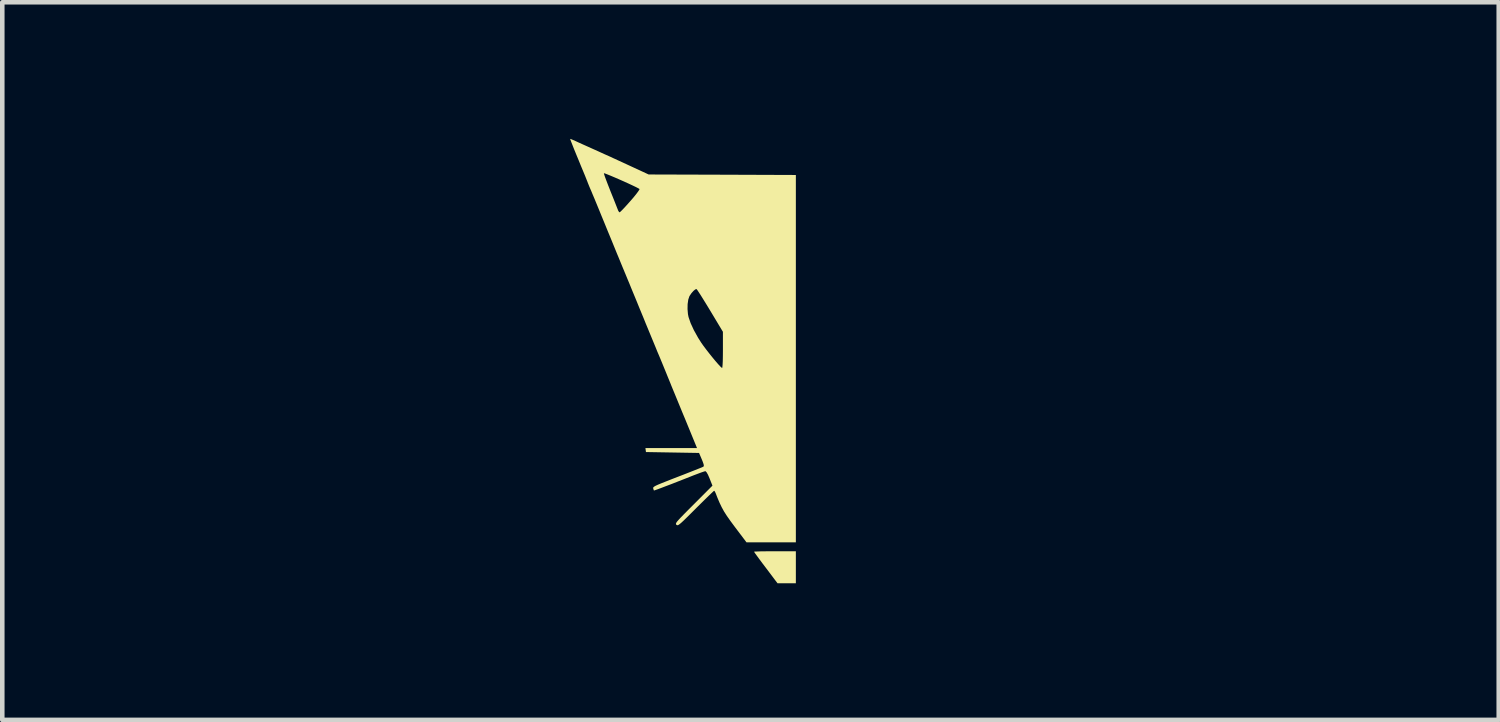
<source format=kicad_pcb>
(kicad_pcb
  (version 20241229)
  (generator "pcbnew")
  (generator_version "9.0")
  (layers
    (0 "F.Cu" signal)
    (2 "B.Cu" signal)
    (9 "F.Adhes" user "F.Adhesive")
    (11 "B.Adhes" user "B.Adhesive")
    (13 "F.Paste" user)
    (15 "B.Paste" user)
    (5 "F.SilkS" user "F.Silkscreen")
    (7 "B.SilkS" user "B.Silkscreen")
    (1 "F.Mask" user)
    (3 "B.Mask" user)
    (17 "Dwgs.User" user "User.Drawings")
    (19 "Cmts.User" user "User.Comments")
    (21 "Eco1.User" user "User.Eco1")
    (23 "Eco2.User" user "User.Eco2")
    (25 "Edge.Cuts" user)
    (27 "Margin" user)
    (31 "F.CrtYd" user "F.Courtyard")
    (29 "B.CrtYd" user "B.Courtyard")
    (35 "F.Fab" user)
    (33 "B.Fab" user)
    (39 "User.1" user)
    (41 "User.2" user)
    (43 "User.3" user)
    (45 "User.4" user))
  (footprint "RR_Logo_10mm_F-Silk"
    (layer "F.Cu")
    (at 13.433 4.895)
    (property "Reference" "RR_Logo_10mm_F-Silk" (at 0 0 0) (layer "User.1") (effects (font (size 1.524 1.524) (thickness 0.3))))
    (attr board_only exclude_from_pos_files exclude_from_bom)
    (fp_poly (pts (xy 0.996 4.865) (xy 0.593 4.865) (xy 0.336 4.524) (xy 0.26 4.424) (xy 0.194 4.335) (xy 0.139 4.26) (xy 0.1 4.206) (xy 0.08 4.176) (xy 0.078 4.172) (xy 0.097 4.169) (xy 0.149 4.167) (xy 0.23 4.164) (xy 0.333 4.163) (xy 0.454 4.162) (xy 0.537 4.162) (xy 0.996 4.162)) (stroke (width 0) (type solid)) (fill yes) (layer "F.SilkS"))
    (fp_poly (pts (xy -3.943 -4.89) (xy -3.898 -4.871) (xy -3.839 -4.845) (xy -3.781 -4.818) (xy -3.697 -4.78) (xy -3.594 -4.734) (xy -3.483 -4.684) (xy -3.409 -4.651) (xy -3.301 -4.602) (xy -3.2 -4.556) (xy -3.112 -4.517) (xy -3.047 -4.488) (xy -3.019 -4.474) (xy -2.977 -4.455) (xy -2.906 -4.422) (xy -2.814 -4.38) (xy -2.708 -4.331) (xy -2.594 -4.278) (xy -2.589 -4.276) (xy -2.237 -4.113) (xy -0.62 -4.108) (xy 0.996 -4.102) (xy 0.996 3.966) (xy -0.088 3.966) (xy -0.342 3.63) (xy -0.44 3.498) (xy -0.518 3.387) (xy -0.581 3.289) (xy -0.633 3.194) (xy -0.681 3.094) (xy -0.729 2.98) (xy -0.765 2.887) (xy -0.783 2.849) (xy -0.798 2.833) (xy -0.815 2.846) (xy -0.855 2.884) (xy -0.916 2.942) (xy -0.994 3.018) (xy -1.084 3.107) (xy -1.184 3.206) (xy -1.201 3.223) (xy -1.315 3.337) (xy -1.405 3.426) (xy -1.474 3.493) (xy -1.525 3.54) (xy -1.562 3.57) (xy -1.587 3.586) (xy -1.605 3.591) (xy -1.618 3.587) (xy -1.627 3.581) (xy -1.636 3.57) (xy -1.638 3.558) (xy -1.632 3.539) (xy -1.614 3.512) (xy -1.581 3.474) (xy -1.531 3.42) (xy -1.462 3.349) (xy -1.37 3.256) (xy -1.253 3.139) (xy -1.249 3.135) (xy -0.836 2.721) (xy -0.899 2.562) (xy -0.934 2.481) (xy -0.965 2.427) (xy -0.988 2.404) (xy -0.991 2.403) (xy -1.018 2.41) (xy -1.075 2.429) (xy -1.153 2.458) (xy -1.246 2.493) (xy -1.286 2.509) (xy -1.445 2.572) (xy -1.596 2.631) (xy -1.736 2.686) (xy -1.861 2.733) (xy -1.965 2.773) (xy -2.046 2.803) (xy -2.1 2.822) (xy -2.121 2.828) (xy -2.121 2.828) (xy -2.129 2.808) (xy -2.137 2.782) (xy -2.139 2.77) (xy -2.132 2.757) (xy -2.115 2.742) (xy -2.082 2.723) (xy -2.03 2.699) (xy -1.955 2.668) (xy -1.854 2.628) (xy -1.723 2.576) (xy -1.604 2.53) (xy -1.466 2.477) (xy -1.339 2.427) (xy -1.227 2.383) (xy -1.137 2.347) (xy -1.072 2.321) (xy -1.038 2.306) (xy -1.034 2.304) (xy -1.025 2.287) (xy -1.03 2.25) (xy -1.052 2.188) (xy -1.069 2.146) (xy -1.13 2.003) (xy -2.296 1.983) (xy -2.302 1.939) (xy -2.308 1.895) (xy -1.175 1.895) (xy -1.321 1.539) (xy -1.376 1.405) (xy -1.435 1.261) (xy -1.494 1.12) (xy -1.546 0.993) (xy -1.577 0.918) (xy -1.622 0.808) (xy -1.669 0.694) (xy -1.712 0.59) (xy -1.746 0.507) (xy -1.749 0.498) (xy -1.812 0.344) (xy -1.862 0.221) (xy -1.902 0.123) (xy -1.934 0.045) (xy -1.961 -0.02) (xy -1.984 -0.076) (xy -2.006 -0.129) (xy -2.022 -0.166) (xy -2.046 -0.222) (xy -2.081 -0.309) (xy -2.127 -0.42) (xy -2.181 -0.551) (xy -2.241 -0.696) (xy -2.304 -0.848) (xy -2.344 -0.948) (xy -2.43 -1.156) (xy -1.383 -1.156) (xy -1.374 -1.047) (xy -1.361 -0.982) (xy -1.315 -0.848) (xy -1.244 -0.694) (xy -1.151 -0.527) (xy -1.082 -0.418) (xy -1.034 -0.35) (xy -0.974 -0.27) (xy -0.907 -0.184) (xy -0.838 -0.098) (xy -0.772 -0.018) (xy -0.712 0.051) (xy -0.664 0.103) (xy -0.632 0.132) (xy -0.623 0.137) (xy -0.618 0.118) (xy -0.613 0.066) (xy -0.609 -0.015) (xy -0.607 -0.12) (xy -0.606 -0.242) (xy -0.606 -0.261) (xy -0.606 -0.658) (xy -0.886 -1.124) (xy -0.96 -1.246) (xy -1.028 -1.356) (xy -1.087 -1.451) (xy -1.135 -1.525) (xy -1.169 -1.576) (xy -1.186 -1.597) (xy -1.187 -1.597) (xy -1.214 -1.588) (xy -1.254 -1.555) (xy -1.297 -1.506) (xy -1.335 -1.45) (xy -1.343 -1.436) (xy -1.367 -1.364) (xy -1.381 -1.266) (xy -1.383 -1.156) (xy -2.43 -1.156) (xy -2.433 -1.163) (xy -2.507 -1.345) (xy -2.57 -1.497) (xy -2.622 -1.623) (xy -2.664 -1.727) (xy -2.699 -1.81) (xy -2.727 -1.878) (xy -2.749 -1.932) (xy -2.768 -1.976) (xy -2.774 -1.993) (xy -2.795 -2.042) (xy -2.82 -2.102) (xy -2.85 -2.175) (xy -2.887 -2.266) (xy -2.933 -2.376) (xy -2.988 -2.511) (xy -3.054 -2.673) (xy -3.133 -2.864) (xy -3.204 -3.038) (xy -3.267 -3.191) (xy -3.326 -3.336) (xy -3.381 -3.469) (xy -3.429 -3.586) (xy -3.469 -3.68) (xy -3.496 -3.746) (xy -3.508 -3.773) (xy -3.54 -3.848) (xy -3.57 -3.922) (xy -3.584 -3.959) (xy -3.606 -4.014) (xy -3.636 -4.09) (xy -3.657 -4.14) (xy -3.22 -4.14) (xy -3.215 -4.118) (xy -3.198 -4.065) (xy -3.169 -3.987) (xy -3.132 -3.89) (xy -3.088 -3.778) (xy -3.072 -3.737) (xy -3.025 -3.621) (xy -2.983 -3.515) (xy -2.948 -3.426) (xy -2.922 -3.36) (xy -2.907 -3.322) (xy -2.905 -3.317) (xy -2.886 -3.288) (xy -2.874 -3.282) (xy -2.856 -3.296) (xy -2.816 -3.335) (xy -2.76 -3.394) (xy -2.693 -3.468) (xy -2.638 -3.53) (xy -2.567 -3.612) (xy -2.508 -3.685) (xy -2.465 -3.743) (xy -2.441 -3.781) (xy -2.438 -3.794) (xy -2.463 -3.809) (xy -2.515 -3.836) (xy -2.59 -3.872) (xy -2.68 -3.914) (xy -2.779 -3.959) (xy -2.881 -4.004) (xy -2.98 -4.047) (xy -3.07 -4.085) (xy -3.144 -4.115) (xy -3.196 -4.135) (xy -3.22 -4.141) (xy -3.22 -4.14) (xy -3.657 -4.14) (xy -3.67 -4.172) (xy -3.674 -4.181) (xy -3.724 -4.301) (xy -3.774 -4.424) (xy -3.823 -4.542) (xy -3.868 -4.652) (xy -3.906 -4.748) (xy -3.936 -4.824) (xy -3.955 -4.875) (xy -3.961 -4.895) (xy -3.961 -4.895)) (stroke (width 0) (type solid)) (fill yes) (layer "F.SilkS")))
  (gr_rect
    (start -3 -3)
    (end 29.866 12.761)
    (stroke (width 0.1) (type default))
    (fill no)
    (layer "Edge.Cuts")))
</source>
